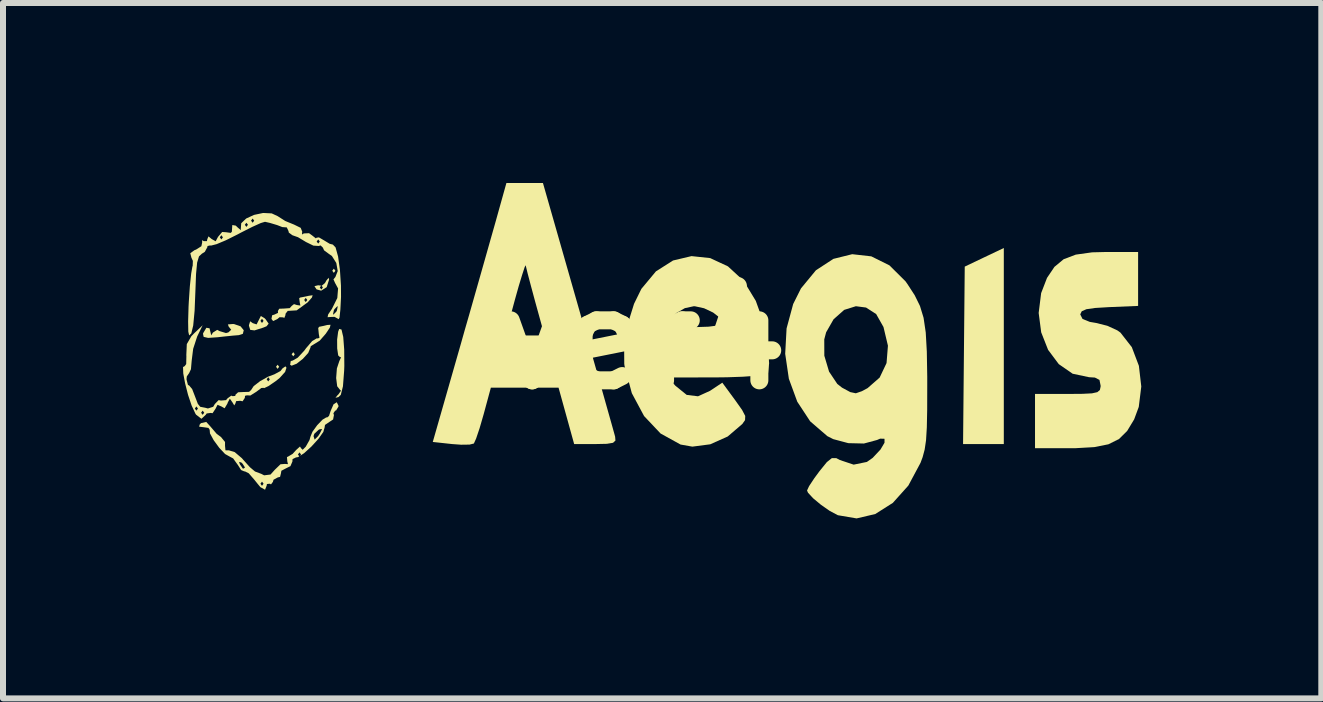
<source format=kicad_pcb>
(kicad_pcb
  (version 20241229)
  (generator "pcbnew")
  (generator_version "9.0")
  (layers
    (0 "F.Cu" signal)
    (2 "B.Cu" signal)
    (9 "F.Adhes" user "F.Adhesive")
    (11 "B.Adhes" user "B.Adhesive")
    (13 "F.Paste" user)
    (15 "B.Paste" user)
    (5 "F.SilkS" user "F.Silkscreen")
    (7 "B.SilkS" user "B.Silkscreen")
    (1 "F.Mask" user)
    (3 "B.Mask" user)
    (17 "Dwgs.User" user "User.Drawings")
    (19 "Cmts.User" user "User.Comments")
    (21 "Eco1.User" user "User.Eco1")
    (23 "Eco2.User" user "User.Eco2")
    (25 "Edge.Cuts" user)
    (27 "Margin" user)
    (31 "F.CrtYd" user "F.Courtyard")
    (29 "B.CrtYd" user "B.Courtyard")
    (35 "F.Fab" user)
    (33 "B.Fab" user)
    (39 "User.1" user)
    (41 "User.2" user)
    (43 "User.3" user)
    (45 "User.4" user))
  (footprint "ver4"
    (layer "F.Cu")
    (at 7.64 2.61)
    (property "Reference" "ver4" (at 0 0 0) (layer "F.SilkS") (effects (font (size 1.5 1.5) (thickness 0.3))))
    (attr board_only exclude_from_pos_files exclude_from_bom)
    (fp_poly (pts (xy -6.038 0.452) (xy -6.064 0.487) (xy -6.09 0.452) (xy -6.064 0.418)) (stroke (width 0) (type solid)) (fill yes) (layer "F.SilkS"))
    (fp_poly (pts (xy -5.777 0.244) (xy -5.803 0.278) (xy -5.83 0.244) (xy -5.803 0.209)) (stroke (width 0) (type solid)) (fill yes) (layer "F.SilkS"))
    (fp_poly (pts (xy -5.101 -1.148) (xy -5.127 -1.113) (xy -5.153 -1.148) (xy -5.127 -1.183)) (stroke (width 0) (type solid)) (fill yes) (layer "F.SilkS"))
    (fp_poly (pts (xy 6.038 0.106) (xy 6.038 1.74) (xy 5.698 1.74) (xy 5.359 1.74) (xy 5.373 0.261) (xy 5.387 -1.217) (xy 5.712 -1.372) (xy 6.038 -1.527)) (stroke (width 0) (type solid)) (fill yes) (layer "F.SilkS"))
    (fp_poly (pts (xy -5.206 -1) (xy -5.246 -0.875) (xy -5.338 -0.816) (xy -5.415 -0.838) (xy -5.45 -0.891) (xy -5.389 -0.906) (xy -5.338 -0.9) (xy -5.361 -0.87) (xy -5.335 -0.835) (xy -5.309 -0.87) (xy -5.331 -0.899) (xy -5.328 -0.899) (xy -5.275 -0.943) (xy -5.251 -0.986) (xy -5.213 -1.031)) (stroke (width 0) (type solid)) (fill yes) (layer "F.SilkS"))
    (fp_poly (pts (xy -6.281 -0.357) (xy -6.264 -0.34) (xy -6.213 -0.266) (xy -6.248 -0.223) (xy -6.304 -0.2) (xy -6.449 -0.154) (xy -6.52 -0.163) (xy -6.541 -0.23) (xy -6.541 -0.242) (xy -6.521 -0.306) (xy -6.478 -0.275) (xy -6.414 -0.254) (xy -6.384 -0.313) (xy -6.35 -0.313) (xy -6.324 -0.278) (xy -6.298 -0.313) (xy -6.324 -0.348) (xy -6.35 -0.313) (xy -6.384 -0.313) (xy -6.381 -0.319) (xy -6.343 -0.394)) (stroke (width 0) (type solid)) (fill yes) (layer "F.SilkS"))
    (fp_poly (pts (xy -4.999 -0.168) (xy -4.97 -0.045) (xy -4.954 0.166) (xy -4.952 0.439) (xy -4.955 0.519) (xy -4.975 0.779) (xy -5.011 0.92) (xy -5.049 0.957) (xy -5.1 0.969) (xy -5.065 0.926) (xy -5.049 0.911) (xy -5.008 0.851) (xy -5.024 0.836) (xy -5.071 0.777) (xy -5.088 0.64) (xy -5.076 0.48) (xy -5.036 0.359) (xy -5.005 0.291) (xy -5.023 0.293) (xy -5.054 0.263) (xy -5.071 0.147) (xy -5.072 -0.002) (xy -5.055 -0.132) (xy -5.037 -0.179)) (stroke (width 0) (type solid)) (fill yes) (layer "F.SilkS"))
    (fp_poly (pts (xy -6.788 -0.259) (xy -6.681 -0.222) (xy -6.628 -0.157) (xy -6.643 -0.097) (xy -6.71 -0.075) (xy -6.808 -0.067) (xy -6.965 -0.051) (xy -7.063 -0.04) (xy -7.221 -0.029) (xy -7.296 -0.046) (xy -7.307 -0.097) (xy -7.304 -0.109) (xy -7.251 -0.198) (xy -7.198 -0.189) (xy -7.182 -0.122) (xy -7.17 -0.072) (xy -7.142 -0.118) (xy -7.07 -0.163) (xy -7.03 -0.142) (xy -6.924 -0.11) (xy -6.884 -0.121) (xy -6.837 -0.165) (xy -6.879 -0.217) (xy -6.892 -0.254) (xy -6.806 -0.261)) (stroke (width 0) (type solid)) (fill yes) (layer "F.SilkS"))
    (fp_poly (pts (xy -5.193 -0.201) (xy -5.261 -0.099) (xy -5.362 0.017) (xy -5.445 0.069) (xy -5.448 0.07) (xy -5.511 0.109) (xy -5.517 0.134) (xy -5.554 0.222) (xy -5.643 0.32) (xy -5.746 0.401) (xy -5.83 0.434) (xy -5.855 0.419) (xy -5.845 0.357) (xy -5.811 0.348) (xy -5.729 0.301) (xy -5.619 0.183) (xy -5.59 0.143) (xy -5.488 0.024) (xy -5.409 -0.023) (xy -5.394 -0.019) (xy -5.366 -0.032) (xy -5.377 -0.093) (xy -5.387 -0.192) (xy -5.372 -0.214) (xy -5.294 -0.23) (xy -5.238 -0.244) (xy -5.182 -0.248)) (stroke (width 0) (type solid)) (fill yes) (layer "F.SilkS"))
    (fp_poly (pts (xy -5.492 -0.702) (xy -5.562 -0.622) (xy -5.746 -0.488) (xy -5.895 -0.479) (xy -5.931 -0.433) (xy -5.934 -0.406) (xy -5.954 -0.359) (xy -5.968 -0.371) (xy -6.031 -0.374) (xy -6.067 -0.344) (xy -6.139 -0.31) (xy -6.166 -0.345) (xy -6.155 -0.406) (xy -6.116 -0.418) (xy -6.057 -0.446) (xy -6.059 -0.477) (xy -6.037 -0.515) (xy -5.958 -0.518) (xy -5.862 -0.525) (xy -5.83 -0.561) (xy -5.791 -0.592) (xy -5.743 -0.577) (xy -5.684 -0.568) (xy -5.694 -0.614) (xy -5.7 -0.661) (xy -5.621 -0.661) (xy -5.595 -0.626) (xy -5.569 -0.661) (xy -5.595 -0.696) (xy -5.621 -0.661) (xy -5.7 -0.661) (xy -5.704 -0.69) (xy -5.689 -0.701) (xy -5.607 -0.717) (xy -5.543 -0.731) (xy -5.48 -0.74)) (stroke (width 0) (type solid)) (fill yes) (layer "F.SilkS"))
    (fp_poly (pts (xy 8.276 -1.012) (xy 8.276 -0.562) (xy 7.794 -0.542) (xy 7.561 -0.528) (xy 7.414 -0.507) (xy 7.337 -0.473) (xy 7.313 -0.424) (xy 7.313 -0.418) (xy 7.35 -0.345) (xy 7.471 -0.296) (xy 7.576 -0.278) (xy 7.763 -0.231) (xy 7.929 -0.155) (xy 7.982 -0.117) (xy 8.171 0.125) (xy 8.289 0.436) (xy 8.329 0.781) (xy 8.287 1.121) (xy 8.21 1.329) (xy 8.094 1.521) (xy 7.958 1.656) (xy 7.781 1.744) (xy 7.545 1.791) (xy 7.23 1.809) (xy 7.144 1.809) (xy 6.558 1.809) (xy 6.558 1.357) (xy 6.558 0.905) (xy 7.105 0.905) (xy 7.349 0.903) (xy 7.507 0.895) (xy 7.597 0.875) (xy 7.639 0.839) (xy 7.651 0.783) (xy 7.651 0.765) (xy 7.632 0.671) (xy 7.556 0.632) (xy 7.459 0.626) (xy 7.185 0.568) (xy 6.954 0.408) (xy 6.776 0.17) (xy 6.661 -0.122) (xy 6.619 -0.445) (xy 6.66 -0.775) (xy 6.758 -1.029) (xy 6.882 -1.213) (xy 7.035 -1.34) (xy 7.238 -1.417) (xy 7.51 -1.455) (xy 7.75 -1.461) (xy 8.276 -1.461)) (stroke (width 0) (type solid)) (fill yes) (layer "F.SilkS"))
    (fp_poly (pts (xy -1.055 -0.557) (xy -0.91 -0.048) (xy -0.776 0.422) (xy -0.658 0.838) (xy -0.561 1.182) (xy -0.489 1.437) (xy -0.447 1.588) (xy -0.439 1.618) (xy -0.434 1.682) (xy -0.474 1.719) (xy -0.577 1.736) (xy -0.763 1.74) (xy -0.766 1.74) (xy -1.122 1.74) (xy -1.252 1.27) (xy -1.382 0.8) (xy -1.946 0.8) (xy -2.51 0.8) (xy -2.63 1.243) (xy -2.697 1.474) (xy -2.756 1.649) (xy -2.793 1.731) (xy -2.865 1.749) (xy -3.006 1.751) (xy -3.157 1.74) (xy -3.478 1.705) (xy -3.01 0.07) (xy -2.946 -0.157) (xy -2.235 -0.157) (xy -2.195 -0.102) (xy -2.066 -0.075) (xy -1.927 -0.07) (xy -1.616 -0.07) (xy -1.771 -0.631) (xy -1.841 -0.891) (xy -1.896 -1.099) (xy -1.926 -1.222) (xy -1.929 -1.24) (xy -1.946 -1.21) (xy -1.988 -1.082) (xy -2.046 -0.891) (xy -2.108 -0.67) (xy -2.167 -0.452) (xy -2.212 -0.273) (xy -2.234 -0.165) (xy -2.235 -0.157) (xy -2.946 -0.157) (xy -2.872 -0.413) (xy -2.738 -0.884) (xy -2.615 -1.317) (xy -2.51 -1.688) (xy -2.43 -1.969) (xy -2.397 -2.088) (xy -2.251 -2.61) (xy -1.946 -2.61) (xy -1.642 -2.61)) (stroke (width 0) (type solid)) (fill yes) (layer "F.SilkS"))
    (fp_poly (pts (xy 1.145 -1.359) (xy 1.441 -1.221) (xy 1.701 -0.982) (xy 1.905 -0.646) (xy 1.991 -0.407) (xy 2.061 -0.127) (xy 2.109 0.153) (xy 2.127 0.393) (xy 2.11 0.551) (xy 2.106 0.561) (xy 2.046 0.584) (xy 1.901 0.603) (xy 1.688 0.618) (xy 1.427 0.627) (xy 1.259 0.629) (xy 0.442 0.631) (xy 0.566 0.769) (xy 0.754 0.921) (xy 0.942 0.944) (xy 1.142 0.853) (xy 1.347 0.717) (xy 1.56 1.007) (xy 1.677 1.172) (xy 1.729 1.272) (xy 1.726 1.341) (xy 1.68 1.406) (xy 1.437 1.614) (xy 1.146 1.744) (xy 0.848 1.783) (xy 0.651 1.748) (xy 0.318 1.564) (xy 0.043 1.273) (xy -0.161 0.892) (xy -0.282 0.439) (xy -0.287 0.404) (xy -0.289 0.098) (xy -0.231 -0.253) (xy -0.225 -0.274) (xy 0.468 -0.274) (xy 0.516 -0.245) (xy 0.645 -0.222) (xy 0.829 -0.21) (xy 0.911 -0.209) (xy 1.119 -0.216) (xy 1.272 -0.236) (xy 1.348 -0.266) (xy 1.353 -0.277) (xy 1.307 -0.364) (xy 1.193 -0.452) (xy 1.043 -0.523) (xy 0.891 -0.556) (xy 0.873 -0.557) (xy 0.723 -0.525) (xy 0.584 -0.445) (xy 0.489 -0.343) (xy 0.468 -0.274) (xy -0.225 -0.274) (xy -0.124 -0.597) (xy -0.002 -0.846) (xy 0.241 -1.138) (xy 0.526 -1.319) (xy 0.834 -1.392)) (stroke (width 0) (type solid)) (fill yes) (layer "F.SilkS"))
    (fp_poly (pts (xy 3.83 -1.388) (xy 4.132 -1.238) (xy 4.399 -0.973) (xy 4.431 -0.928) (xy 4.553 -0.74) (xy 4.641 -0.561) (xy 4.701 -0.364) (xy 4.737 -0.12) (xy 4.755 0.198) (xy 4.762 0.618) (xy 4.762 0.765) (xy 4.761 1.171) (xy 4.755 1.466) (xy 4.742 1.677) (xy 4.719 1.832) (xy 4.685 1.959) (xy 4.65 2.053) (xy 4.447 2.432) (xy 4.189 2.72) (xy 3.896 2.906) (xy 3.585 2.979) (xy 3.274 2.926) (xy 3.267 2.923) (xy 3.137 2.854) (xy 2.991 2.752) (xy 2.86 2.643) (xy 2.775 2.551) (xy 2.759 2.514) (xy 2.793 2.441) (xy 2.881 2.308) (xy 2.965 2.194) (xy 3.089 2.041) (xy 3.173 1.974) (xy 3.247 1.975) (xy 3.306 2.006) (xy 3.536 2.083) (xy 3.756 2.038) (xy 3.853 1.97) (xy 3.983 1.831) (xy 4.05 1.718) (xy 4.05 1.652) (xy 3.977 1.65) (xy 3.926 1.672) (xy 3.707 1.731) (xy 3.447 1.725) (xy 3.196 1.658) (xy 3.097 1.608) (xy 2.811 1.361) (xy 2.596 1.034) (xy 2.456 0.652) (xy 2.395 0.236) (xy 2.408 -0.005) (xy 3.046 -0.005) (xy 3.047 0.268) (xy 3.126 0.533) (xy 3.263 0.738) (xy 3.342 0.8) (xy 3.479 0.874) (xy 3.572 0.894) (xy 3.673 0.859) (xy 3.768 0.808) (xy 3.969 0.632) (xy 4.084 0.39) (xy 4.107 0.101) (xy 4.033 -0.21) (xy 3.911 -0.426) (xy 3.742 -0.535) (xy 3.573 -0.557) (xy 3.378 -0.496) (xy 3.201 -0.339) (xy 3.077 -0.122) (xy 3.046 -0.005) (xy 2.408 -0.005) (xy 2.418 -0.187) (xy 2.528 -0.594) (xy 2.658 -0.854) (xy 2.907 -1.156) (xy 3.198 -1.346) (xy 3.512 -1.424)) (stroke (width 0) (type solid)) (fill yes) (layer "F.SilkS"))
    (fp_poly (pts (xy -7.404 -0.053) (xy -7.471 0.153) (xy -7.495 0.345) (xy -7.508 0.493) (xy -7.538 0.557) (xy -7.538 0.557) (xy -7.577 0.613) (xy -7.582 0.661) (xy -7.558 0.754) (xy -7.537 0.765) (xy -7.488 0.823) (xy -7.443 0.939) (xy -7.393 1.07) (xy -7.353 1.119) (xy -7.271 1.135) (xy -7.225 1.147) (xy -7.137 1.119) (xy -7.11 1.073) (xy -7.047 1.008) (xy -7.008 1.015) (xy -6.923 1.008) (xy -6.898 0.978) (xy -6.836 0.933) (xy -6.815 0.942) (xy -6.769 0.938) (xy -6.766 0.918) (xy -6.722 0.877) (xy -6.636 0.873) (xy -6.539 0.87) (xy -6.506 0.84) (xy -6.463 0.775) (xy -6.356 0.692) (xy -6.3 0.661) (xy -6.246 0.661) (xy -6.22 0.696) (xy -6.194 0.661) (xy -6.22 0.626) (xy -6.246 0.661) (xy -6.3 0.661) (xy -6.223 0.617) (xy -6.118 0.578) (xy -6.016 0.523) (xy -5.981 0.478) (xy -5.933 0.445) (xy -5.916 0.468) (xy -5.939 0.538) (xy -6.03 0.639) (xy -6.092 0.689) (xy -6.214 0.773) (xy -6.288 0.808) (xy -6.298 0.803) (xy -6.335 0.806) (xy -6.419 0.869) (xy -6.518 0.931) (xy -6.575 0.928) (xy -6.607 0.936) (xy -6.61 0.97) (xy -6.647 1.027) (xy -6.688 1.019) (xy -6.755 1.025) (xy -6.767 1.063) (xy -6.786 1.096) (xy -6.816 1.046) (xy -6.86 0.983) (xy -6.895 1.049) (xy -6.9 1.065) (xy -6.947 1.144) (xy -7.001 1.113) (xy -7.065 1.086) (xy -7.098 1.151) (xy -7.148 1.226) (xy -7.179 1.221) (xy -7.246 1.23) (xy -7.26 1.251) (xy -7.333 1.319) (xy -7.422 1.251) (xy -7.434 1.233) (xy -7.441 1.218) (xy -7.339 1.218) (xy -7.313 1.253) (xy -7.287 1.218) (xy -7.313 1.183) (xy -7.339 1.218) (xy -7.441 1.218) (xy -7.473 1.148) (xy -7.443 1.148) (xy -7.417 1.183) (xy -7.391 1.148) (xy -7.417 1.113) (xy -7.443 1.148) (xy -7.473 1.148) (xy -7.496 1.1) (xy -7.556 0.921) (xy -7.605 0.73) (xy -7.636 0.564) (xy -7.64 0.457) (xy -7.612 0.441) (xy -7.587 0.407) (xy -7.584 0.277) (xy -7.585 0.256) (xy -7.577 0.074) (xy -7.5 -0.059) (xy -7.457 -0.103) (xy -7.313 -0.24)) (stroke (width 0) (type solid)) (fill yes) (layer "F.SilkS"))
    (fp_poly (pts (xy -5.049 1.102) (xy -5.049 1.113) (xy -5.089 1.18) (xy -5.104 1.183) (xy -5.134 1.226) (xy -5.125 1.257) (xy -5.139 1.33) (xy -5.199 1.37) (xy -5.274 1.421) (xy -5.281 1.465) (xy -5.302 1.538) (xy -5.384 1.654) (xy -5.5 1.781) (xy -5.622 1.892) (xy -5.69 1.936) (xy -5.673 1.914) (xy -5.699 1.879) (xy -5.725 1.914) (xy -5.703 1.944) (xy -5.722 1.957) (xy -5.758 1.963) (xy -5.815 1.991) (xy -5.817 2.031) (xy -5.85 2.108) (xy -5.921 2.143) (xy -6.001 2.185) (xy -6.009 2.232) (xy -6.023 2.287) (xy -6.061 2.296) (xy -6.132 2.335) (xy -6.142 2.37) (xy -6.174 2.412) (xy -6.194 2.401) (xy -6.242 2.406) (xy -6.246 2.432) (xy -6.273 2.501) (xy -6.351 2.458) (xy -6.398 2.401) (xy -6.35 2.401) (xy -6.324 2.436) (xy -6.298 2.401) (xy -6.324 2.366) (xy -6.35 2.401) (xy -6.398 2.401) (xy -6.453 2.333) (xy -6.545 2.227) (xy -6.611 2.194) (xy -6.616 2.197) (xy -6.672 2.173) (xy -6.725 2.09) (xy -6.763 2.038) (xy -6.706 2.038) (xy -6.693 2.077) (xy -6.641 2.152) (xy -6.611 2.136) (xy -6.61 2.127) (xy -6.647 2.068) (xy -6.67 2.046) (xy -6.706 2.038) (xy -6.763 2.038) (xy -6.804 1.98) (xy -6.864 1.948) (xy -6.939 1.906) (xy -7.036 1.803) (xy -7.129 1.676) (xy -7.191 1.562) (xy -7.196 1.502) (xy -7.216 1.471) (xy -7.291 1.46) (xy -7.372 1.45) (xy -7.36 1.41) (xy -7.339 1.391) (xy -7.253 1.371) (xy -7.183 1.448) (xy -7.078 1.571) (xy -7.008 1.622) (xy -6.94 1.705) (xy -6.94 1.77) (xy -6.933 1.844) (xy -6.875 1.845) (xy -6.779 1.874) (xy -6.659 1.976) (xy -6.634 2.005) (xy -6.525 2.126) (xy -6.442 2.196) (xy -6.431 2.201) (xy -6.337 2.236) (xy -6.288 2.261) (xy -6.182 2.248) (xy -6.111 2.169) (xy -6.016 2.077) (xy -5.943 2.071) (xy -5.891 2.075) (xy -5.902 2.03) (xy -5.908 1.957) (xy -5.888 1.948) (xy -5.814 1.904) (xy -5.755 1.839) (xy -5.691 1.781) (xy -5.673 1.809) (xy -5.646 1.836) (xy -5.595 1.784) (xy -5.532 1.673) (xy -5.517 1.618) (xy -5.513 1.608) (xy -5.465 1.608) (xy -5.447 1.666) (xy -5.388 1.607) (xy -5.36 1.564) (xy -5.322 1.489) (xy -5.363 1.494) (xy -5.38 1.502) (xy -5.453 1.57) (xy -5.465 1.608) (xy -5.513 1.608) (xy -5.483 1.535) (xy -5.405 1.427) (xy -5.316 1.334) (xy -5.25 1.294) (xy -5.24 1.298) (xy -5.207 1.271) (xy -5.18 1.188) (xy -5.132 1.078) (xy -5.078 1.043)) (stroke (width 0) (type solid)) (fill yes) (layer "F.SilkS"))
    (fp_poly (pts (xy -6.162 -2.104) (xy -6.063 -2.058) (xy -5.936 -1.977) (xy -5.789 -1.917) (xy -5.679 -1.863) (xy -5.653 -1.798) (xy -5.655 -1.793) (xy -5.657 -1.752) (xy -5.627 -1.77) (xy -5.54 -1.774) (xy -5.489 -1.737) (xy -5.427 -1.688) (xy -5.413 -1.699) (xy -5.375 -1.704) (xy -5.296 -1.658) (xy -5.195 -1.597) (xy -5.143 -1.584) (xy -5.098 -1.537) (xy -5.056 -1.385) (xy -5.025 -1.161) (xy -5.008 -0.899) (xy -5.007 -0.712) (xy -5.018 -0.5) (xy -5.032 -0.367) (xy -5.047 -0.341) (xy -5.115 -0.38) (xy -5.171 -0.378) (xy -5.231 -0.374) (xy -5.222 -0.418) (xy -5.22 -0.422) (xy -5.14 -0.422) (xy -5.133 -0.418) (xy -5.085 -0.467) (xy -5.075 -0.487) (xy -5.062 -0.552) (xy -5.069 -0.557) (xy -5.116 -0.508) (xy -5.127 -0.487) (xy -5.14 -0.422) (xy -5.22 -0.422) (xy -5.158 -0.514) (xy -5.069 -0.694) (xy -5.056 -0.853) (xy -5.106 -0.944) (xy -5.133 -1.005) (xy -5.101 -1.044) (xy -5.062 -1.143) (xy -5.086 -1.278) (xy -5.159 -1.394) (xy -5.208 -1.428) (xy -5.29 -1.489) (xy -5.309 -1.533) (xy -5.347 -1.57) (xy -5.378 -1.561) (xy -5.468 -1.567) (xy -5.593 -1.628) (xy -5.599 -1.632) (xy -5.604 -1.635) (xy -5.413 -1.635) (xy -5.387 -1.601) (xy -5.361 -1.635) (xy -5.387 -1.67) (xy -5.413 -1.635) (xy -5.604 -1.635) (xy -5.724 -1.707) (xy -5.815 -1.739) (xy -5.816 -1.739) (xy -5.877 -1.784) (xy -5.882 -1.809) (xy -5.911 -1.871) (xy -5.921 -1.871) (xy -5.986 -1.876) (xy -6.071 -1.909) (xy -6.191 -1.945) (xy -6.274 -1.964) (xy -6.344 -1.943) (xy -6.484 -1.88) (xy -6.668 -1.787) (xy -6.734 -1.752) (xy -6.926 -1.656) (xy -7.081 -1.591) (xy -7.175 -1.567) (xy -7.188 -1.57) (xy -7.232 -1.56) (xy -7.235 -1.54) (xy -7.277 -1.463) (xy -7.326 -1.432) (xy -7.374 -1.387) (xy -7.405 -1.284) (xy -7.423 -1.093) (xy -7.432 -0.853) (xy -7.447 -0.482) (xy -7.47 -0.237) (xy -7.502 -0.104) (xy -7.538 -0.07) (xy -7.552 -0.133) (xy -7.555 -0.303) (xy -7.548 -0.546) (xy -7.544 -0.625) (xy -7.526 -0.891) (xy -7.504 -1.101) (xy -7.484 -1.217) (xy -7.479 -1.228) (xy -7.476 -1.313) (xy -7.5 -1.365) (xy -7.519 -1.44) (xy -7.449 -1.491) (xy -7.422 -1.501) (xy -7.334 -1.557) (xy -7.321 -1.619) (xy -7.322 -1.658) (xy -7.295 -1.642) (xy -7.242 -1.642) (xy -7.235 -1.675) (xy -7.216 -1.721) (xy -7.163 -1.677) (xy -7.096 -1.639) (xy -7.061 -1.705) (xy -7.027 -1.705) (xy -7.001 -1.67) (xy -6.975 -1.705) (xy -7.001 -1.74) (xy -7.027 -1.705) (xy -7.061 -1.705) (xy -7.058 -1.711) (xy -6.988 -1.794) (xy -6.924 -1.79) (xy -6.844 -1.779) (xy -6.826 -1.799) (xy -6.819 -1.91) (xy -6.761 -1.9) (xy -6.73 -1.87) (xy -6.676 -1.824) (xy -6.677 -1.851) (xy -6.672 -1.914) (xy -6.61 -1.914) (xy -6.584 -1.879) (xy -6.558 -1.914) (xy -6.584 -1.948) (xy -6.61 -1.914) (xy -6.672 -1.914) (xy -6.67 -1.94) (xy -6.625 -1.983) (xy -6.506 -1.983) (xy -6.48 -1.948) (xy -6.454 -1.983) (xy -6.48 -2.018) (xy -6.506 -1.983) (xy -6.625 -1.983) (xy -6.587 -2.019) (xy -6.456 -2.079) (xy -6.305 -2.111)) (stroke (width 0) (type solid)) (fill yes) (layer "F.SilkS")))
  (gr_rect
    (start -3 -3)
    (end 18.969 8.588)
    (stroke (width 0.1) (type default))
    (fill no)
    (layer "Edge.Cuts")))
</source>
